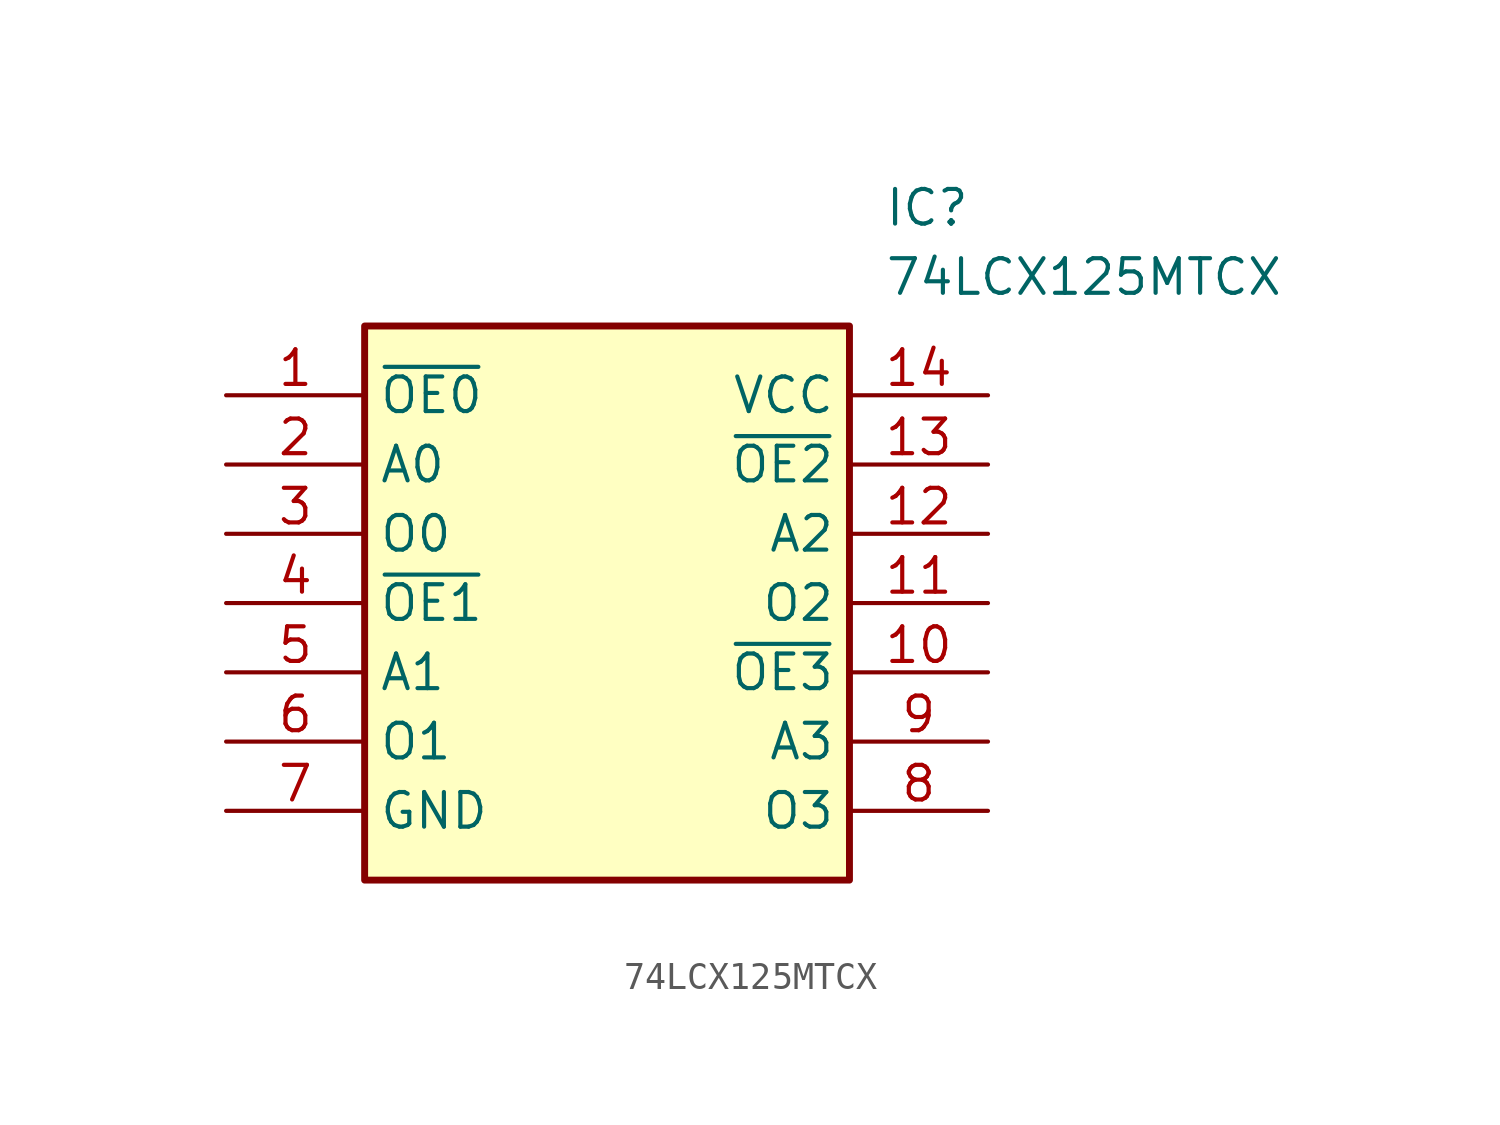
<source format=kicad_sym>
(kicad_symbol_lib
  (version 20211014)
  (generator SamacSys_ECAD_Model)
  (symbol "74LCX125MTCX"
    (property "Reference" "IC"
      (at 24.13 7.62 0)
      (effects (font (size 1.27 1.27)) (justify left top)))
    (property "Value" "74LCX125MTCX"
      (at 24.13 5.08 0)
      (effects (font (size 1.27 1.27)) (justify left top)))
    (rectangle
      (start 5.08 2.54)
      (end 22.86 -17.78)
      (stroke (width 0.254) (type default))
      (fill (type background)))
    (pin passive line
      (at 0 0 0)
      (length 5.08)
      (name "~{OE0}" (effects (font (size 1.27 1.27))))
      (number "1" (effects (font (size 1.27 1.27)))))
    (pin passive line
      (at 0 -2.54 0)
      (length 5.08)
      (name "A0" (effects (font (size 1.27 1.27))))
      (number "2" (effects (font (size 1.27 1.27)))))
    (pin passive line
      (at 0 -5.08 0)
      (length 5.08)
      (name "O0" (effects (font (size 1.27 1.27))))
      (number "3" (effects (font (size 1.27 1.27)))))
    (pin passive line
      (at 0 -7.62 0)
      (length 5.08)
      (name "~{OE1}" (effects (font (size 1.27 1.27))))
      (number "4" (effects (font (size 1.27 1.27)))))
    (pin passive line
      (at 0 -10.16 0)
      (length 5.08)
      (name "A1" (effects (font (size 1.27 1.27))))
      (number "5" (effects (font (size 1.27 1.27)))))
    (pin passive line
      (at 0 -12.7 0)
      (length 5.08)
      (name "O1" (effects (font (size 1.27 1.27))))
      (number "6" (effects (font (size 1.27 1.27)))))
    (pin passive line
      (at 0 -15.24 0)
      (length 5.08)
      (name "GND" (effects (font (size 1.27 1.27))))
      (number "7" (effects (font (size 1.27 1.27)))))
    (pin passive line
      (at 27.94 0 180)
      (length 5.08)
      (name "VCC" (effects (font (size 1.27 1.27))))
      (number "14" (effects (font (size 1.27 1.27)))))
    (pin passive line
      (at 27.94 -2.54 180)
      (length 5.08)
      (name "~{OE2}" (effects (font (size 1.27 1.27))))
      (number "13" (effects (font (size 1.27 1.27)))))
    (pin passive line
      (at 27.94 -5.08 180)
      (length 5.08)
      (name "A2" (effects (font (size 1.27 1.27))))
      (number "12" (effects (font (size 1.27 1.27)))))
    (pin passive line
      (at 27.94 -7.62 180)
      (length 5.08)
      (name "O2" (effects (font (size 1.27 1.27))))
      (number "11" (effects (font (size 1.27 1.27)))))
    (pin passive line
      (at 27.94 -10.16 180)
      (length 5.08)
      (name "~{OE3}" (effects (font (size 1.27 1.27))))
      (number "10" (effects (font (size 1.27 1.27)))))
    (pin passive line
      (at 27.94 -12.7 180)
      (length 5.08)
      (name "A3" (effects (font (size 1.27 1.27))))
      (number "9" (effects (font (size 1.27 1.27)))))
    (pin passive line
      (at 27.94 -15.24 180)
      (length 5.08)
      (name "O3" (effects (font (size 1.27 1.27))))
      (number "8" (effects (font (size 1.27 1.27)))))))
</source>
